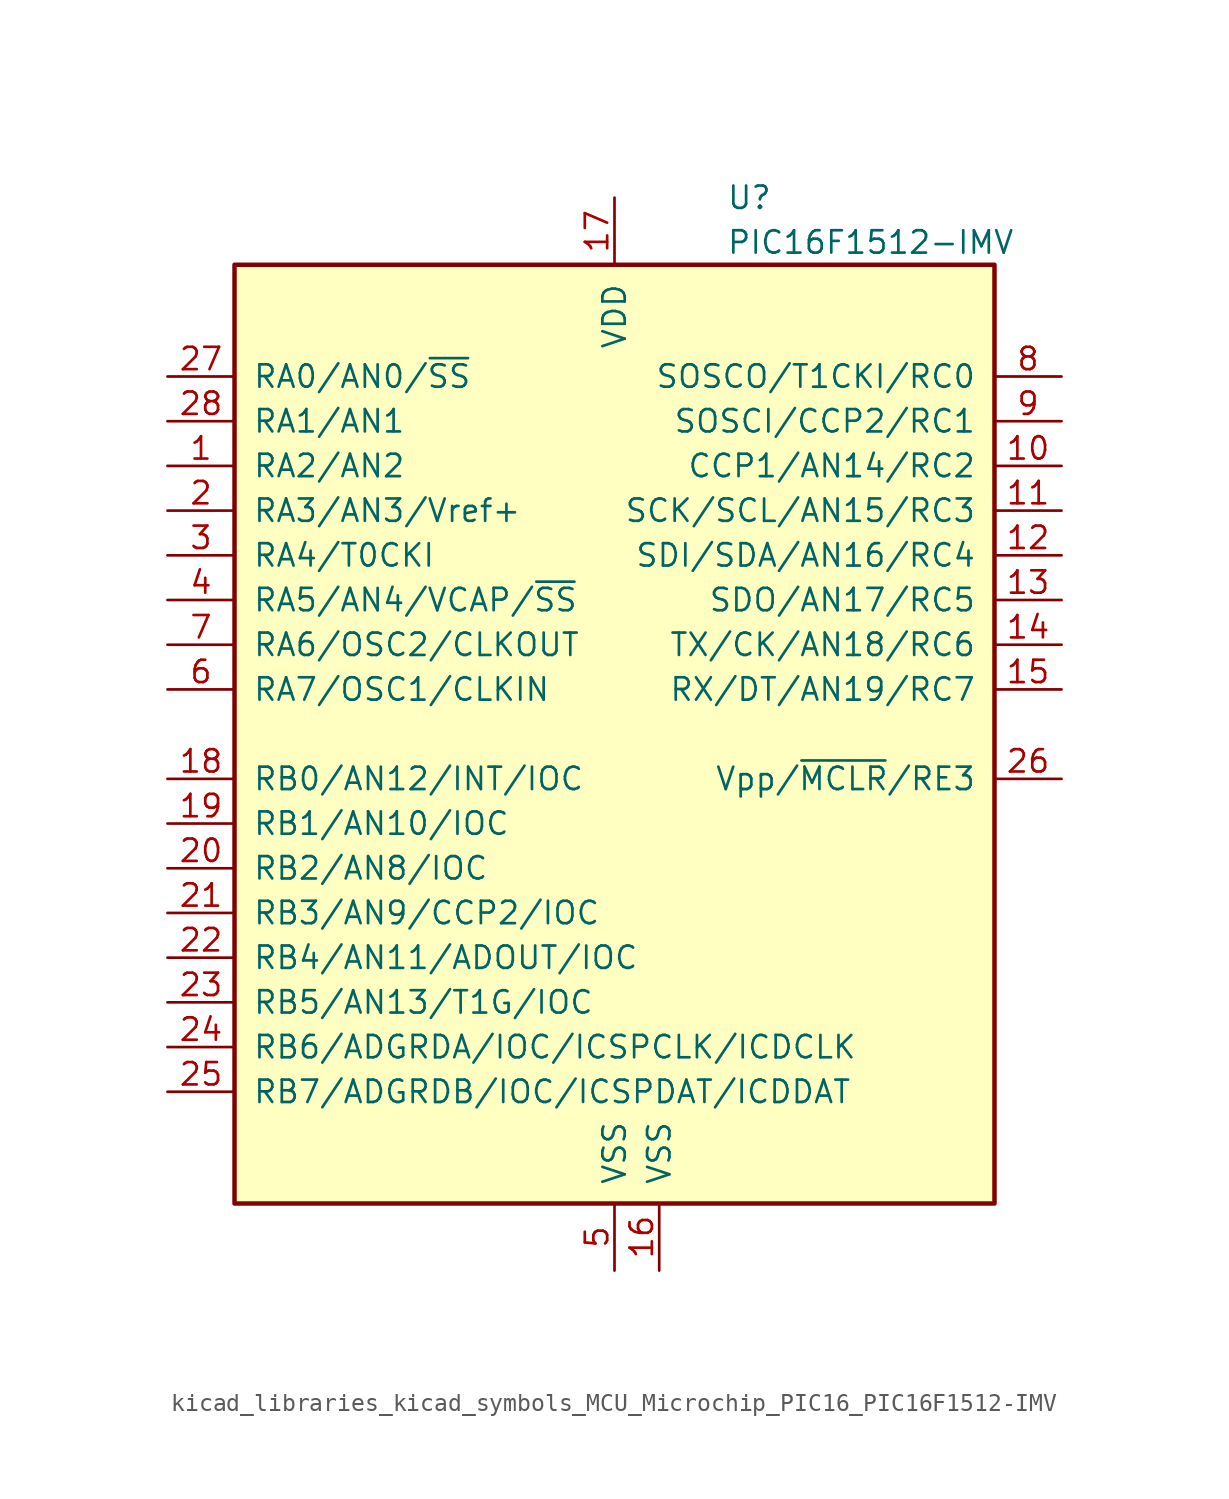
<source format=kicad_sym>
(kicad_symbol_lib
  (version 20220914)
  (generator kicad_symbol_editor)
  (symbol "kicad_libraries_kicad_symbols_MCU_Microchip_PIC16_PIC16F1512-IMV"
    (pin_names
      (offset 1.016))
    (property "Reference" "U"
      (at 6.35 30.48 0)
      (effects (font (size 1.27 1.27)) (justify left)))
    (property "Value" "PIC16F1512-IMV"
      (at 6.35 27.94 0)
      (effects (font (size 1.27 1.27)) (justify left)))
    (symbol "kicad_libraries_kicad_symbols_MCU_Microchip_PIC16_PIC16F1512-IMV_0_1"
      (rectangle (start -21.59 26.67) (end 21.59 -26.67) (stroke (width 0.254) (type default)) (fill (type background))))
    (symbol "kicad_libraries_kicad_symbols_MCU_Microchip_PIC16_PIC16F1512-IMV_1_1"
      (pin bidirectional line (at -25.4 15.24 0) (length 3.81) (name "RA2/AN2" (effects (font (size 1.27 1.27)))) (number "1" (effects (font (size 1.27 1.27)))))
      (pin bidirectional line (at 25.4 15.24 180) (length 3.81) (name "CCP1/AN14/RC2" (effects (font (size 1.27 1.27)))) (number "10" (effects (font (size 1.27 1.27)))))
      (pin bidirectional line (at 25.4 12.7 180) (length 3.81) (name "SCK/SCL/AN15/RC3" (effects (font (size 1.27 1.27)))) (number "11" (effects (font (size 1.27 1.27)))))
      (pin bidirectional line (at 25.4 10.16 180) (length 3.81) (name "SDI/SDA/AN16/RC4" (effects (font (size 1.27 1.27)))) (number "12" (effects (font (size 1.27 1.27)))))
      (pin bidirectional line (at 25.4 7.62 180) (length 3.81) (name "SDO/AN17/RC5" (effects (font (size 1.27 1.27)))) (number "13" (effects (font (size 1.27 1.27)))))
      (pin bidirectional line (at 25.4 5.08 180) (length 3.81) (name "TX/CK/AN18/RC6" (effects (font (size 1.27 1.27)))) (number "14" (effects (font (size 1.27 1.27)))))
      (pin bidirectional line (at 25.4 2.54 180) (length 3.81) (name "RX/DT/AN19/RC7" (effects (font (size 1.27 1.27)))) (number "15" (effects (font (size 1.27 1.27)))))
      (pin power_in line (at 2.54 -30.48 90) (length 3.81) (name "VSS" (effects (font (size 1.27 1.27)))) (number "16" (effects (font (size 1.27 1.27)))))
      (pin power_in line (at 0 30.48 270) (length 3.81) (name "VDD" (effects (font (size 1.27 1.27)))) (number "17" (effects (font (size 1.27 1.27)))))
      (pin bidirectional line (at -25.4 -2.54 0) (length 3.81) (name "RB0/AN12/INT/IOC" (effects (font (size 1.27 1.27)))) (number "18" (effects (font (size 1.27 1.27)))))
      (pin bidirectional line (at -25.4 -5.08 0) (length 3.81) (name "RB1/AN10/IOC" (effects (font (size 1.27 1.27)))) (number "19" (effects (font (size 1.27 1.27)))))
      (pin bidirectional line (at -25.4 12.7 0) (length 3.81) (name "RA3/AN3/Vref+" (effects (font (size 1.27 1.27)))) (number "2" (effects (font (size 1.27 1.27)))))
      (pin bidirectional line (at -25.4 -7.62 0) (length 3.81) (name "RB2/AN8/IOC" (effects (font (size 1.27 1.27)))) (number "20" (effects (font (size 1.27 1.27)))))
      (pin bidirectional line (at -25.4 -10.16 0) (length 3.81) (name "RB3/AN9/CCP2/IOC" (effects (font (size 1.27 1.27)))) (number "21" (effects (font (size 1.27 1.27)))))
      (pin bidirectional line (at -25.4 -12.7 0) (length 3.81) (name "RB4/AN11/ADOUT/IOC" (effects (font (size 1.27 1.27)))) (number "22" (effects (font (size 1.27 1.27)))))
      (pin bidirectional line (at -25.4 -15.24 0) (length 3.81) (name "RB5/AN13/T1G/IOC" (effects (font (size 1.27 1.27)))) (number "23" (effects (font (size 1.27 1.27)))))
      (pin bidirectional line (at -25.4 -17.78 0) (length 3.81) (name "RB6/ADGRDA/IOC/ICSPCLK/ICDCLK" (effects (font (size 1.27 1.27)))) (number "24" (effects (font (size 1.27 1.27)))))
      (pin bidirectional line (at -25.4 -20.32 0) (length 3.81) (name "RB7/ADGRDB/IOC/ICSPDAT/ICDDAT" (effects (font (size 1.27 1.27)))) (number "25" (effects (font (size 1.27 1.27)))))
      (pin input line (at 25.4 -2.54 180) (length 3.81) (name "Vpp/~{MCLR}/RE3" (effects (font (size 1.27 1.27)))) (number "26" (effects (font (size 1.27 1.27)))))
      (pin bidirectional line (at -25.4 20.32 0) (length 3.81) (name "RA0/AN0/~{SS}" (effects (font (size 1.27 1.27)))) (number "27" (effects (font (size 1.27 1.27)))))
      (pin bidirectional line (at -25.4 17.78 0) (length 3.81) (name "RA1/AN1" (effects (font (size 1.27 1.27)))) (number "28" (effects (font (size 1.27 1.27)))))
      (pin bidirectional line (at -25.4 10.16 0) (length 3.81) (name "RA4/T0CKI" (effects (font (size 1.27 1.27)))) (number "3" (effects (font (size 1.27 1.27)))))
      (pin bidirectional line (at -25.4 7.62 0) (length 3.81) (name "RA5/AN4/VCAP/~{SS}" (effects (font (size 1.27 1.27)))) (number "4" (effects (font (size 1.27 1.27)))))
      (pin power_in line (at 0 -30.48 90) (length 3.81) (name "VSS" (effects (font (size 1.27 1.27)))) (number "5" (effects (font (size 1.27 1.27)))))
      (pin bidirectional line (at -25.4 2.54 0) (length 3.81) (name "RA7/OSC1/CLKIN" (effects (font (size 1.27 1.27)))) (number "6" (effects (font (size 1.27 1.27)))))
      (pin bidirectional line (at -25.4 5.08 0) (length 3.81) (name "RA6/OSC2/CLKOUT" (effects (font (size 1.27 1.27)))) (number "7" (effects (font (size 1.27 1.27)))))
      (pin bidirectional line (at 25.4 20.32 180) (length 3.81) (name "SOSCO/T1CKI/RC0" (effects (font (size 1.27 1.27)))) (number "8" (effects (font (size 1.27 1.27)))))
      (pin bidirectional line (at 25.4 17.78 180) (length 3.81) (name "SOSCI/CCP2/RC1" (effects (font (size 1.27 1.27)))) (number "9" (effects (font (size 1.27 1.27))))))))
</source>
